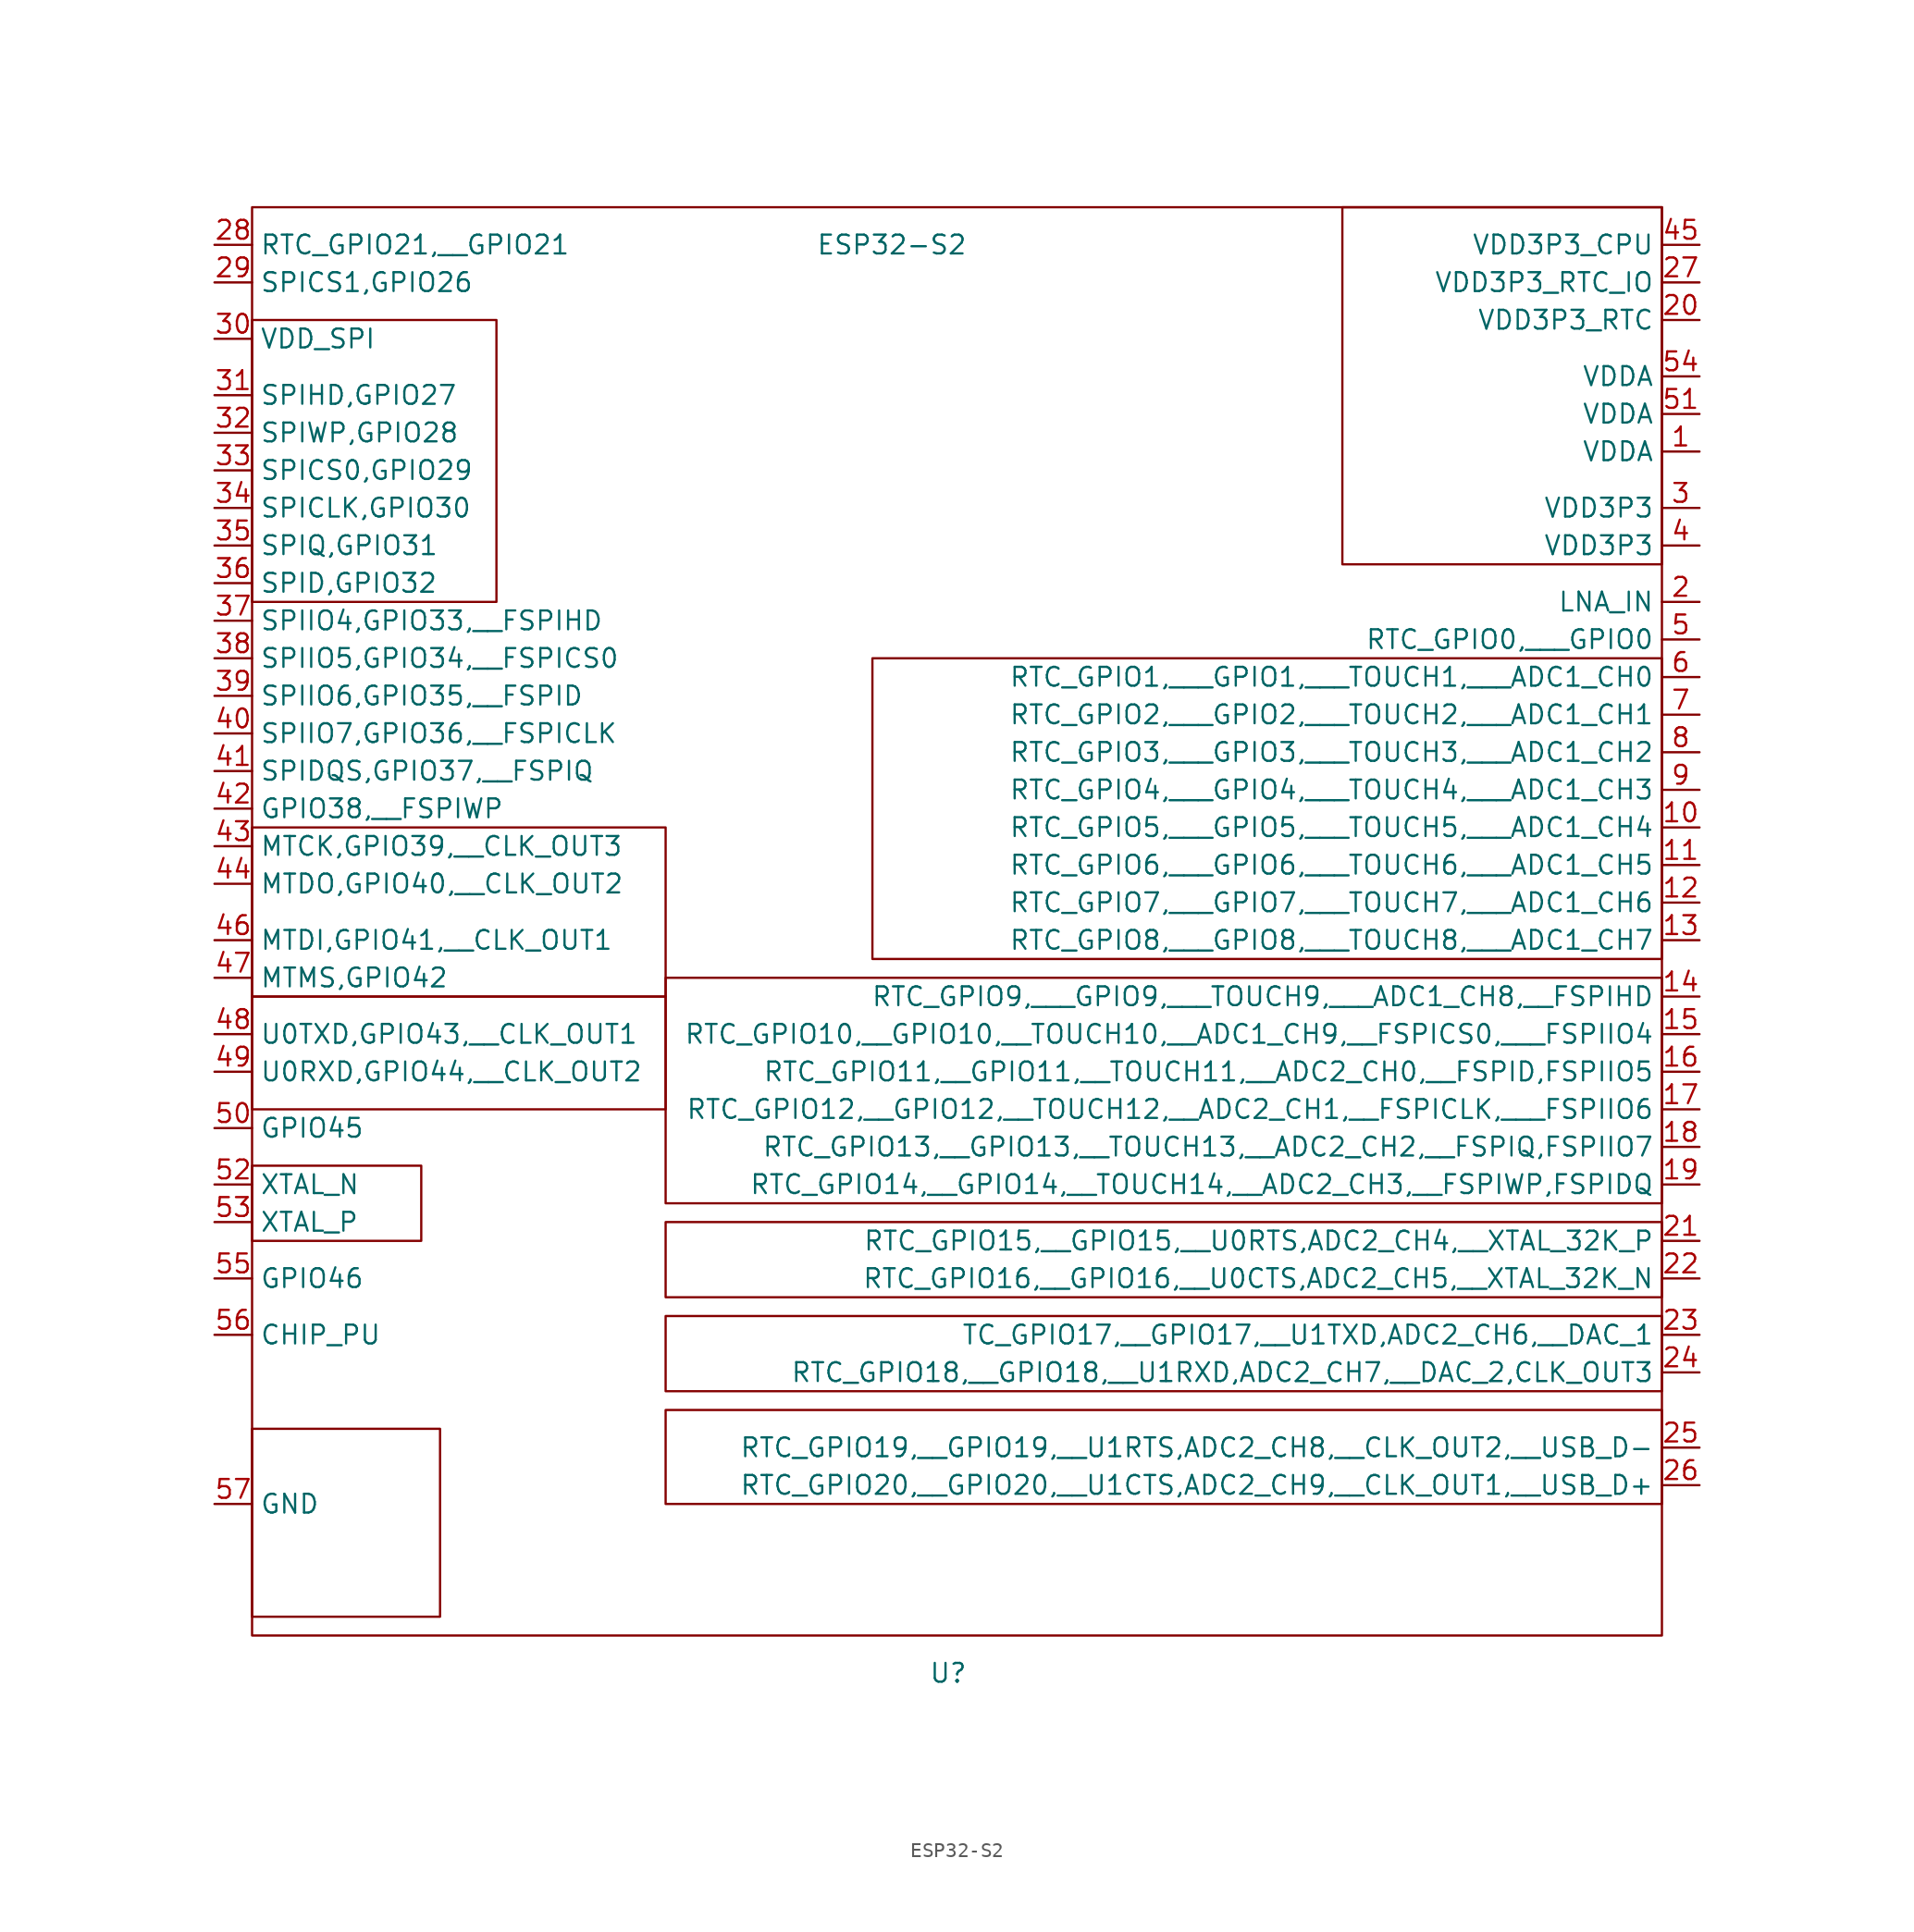
<source format=kicad_sym>
(kicad_symbol_lib
  (version 20210619)
  (generator kicad_symbol_editor)
  (symbol "nicos-parts:ESP32-S2"
    (property "Reference" "U"
      (at -2.54 -58.42 0)
      (effects (font (size 1.27 1.27)) (justify left)))
    (property "Value" "ESP32-S2"
      (at -10.16 38.1 0)
      (effects (font (size 1.27 1.27)) (justify left)))
    (symbol "ESP32-S2_0_0"
      (pin power_in line (at 49.53 24.13 180) (length 2.54) (name "VDDA" (effects (font (size 1.27 1.27)))) (number "1" (effects (font (size 1.27 1.27)))))
      (pin bidirectional line (at 49.53 -1.27 180) (length 2.54) (name "RTC_GPIO5,___GPIO5,___TOUCH5,___ADC1_CH4" (effects (font (size 1.27 1.27)))) (number "10" (effects (font (size 1.27 1.27)))))
      (pin bidirectional line (at 49.53 -3.81 180) (length 2.54) (name "RTC_GPIO6,___GPIO6,___TOUCH6,___ADC1_CH5" (effects (font (size 1.27 1.27)))) (number "11" (effects (font (size 1.27 1.27)))))
      (pin bidirectional line (at 49.53 -6.35 180) (length 2.54) (name "RTC_GPIO7,___GPIO7,___TOUCH7,___ADC1_CH6" (effects (font (size 1.27 1.27)))) (number "12" (effects (font (size 1.27 1.27)))))
      (pin bidirectional line (at 49.53 -8.89 180) (length 2.54) (name "RTC_GPIO8,___GPIO8,___TOUCH8,___ADC1_CH7" (effects (font (size 1.27 1.27)))) (number "13" (effects (font (size 1.27 1.27)))))
      (pin bidirectional line (at 49.53 -12.7 180) (length 2.54) (name "RTC_GPIO9,___GPIO9,___TOUCH9,___ADC1_CH8,__FSPIHD" (effects (font (size 1.27 1.27)))) (number "14" (effects (font (size 1.27 1.27)))))
      (pin bidirectional line (at 49.53 -15.24 180) (length 2.54) (name "RTC_GPIO10,__GPIO10,__TOUCH10,__ADC1_CH9,__FSPICS0,___FSPIIO4" (effects (font (size 1.27 1.27)))) (number "15" (effects (font (size 1.27 1.27)))))
      (pin bidirectional line (at 49.53 -17.78 180) (length 2.54) (name "RTC_GPIO11,__GPIO11,__TOUCH11,__ADC2_CH0,__FSPID,FSPIIO5" (effects (font (size 1.27 1.27)))) (number "16" (effects (font (size 1.27 1.27)))))
      (pin bidirectional line (at 49.53 -20.32 180) (length 2.54) (name "RTC_GPIO12,__GPIO12,__TOUCH12,__ADC2_CH1,__FSPICLK,___FSPIIO6" (effects (font (size 1.27 1.27)))) (number "17" (effects (font (size 1.27 1.27)))))
      (pin bidirectional line (at 49.53 -22.86 180) (length 2.54) (name "RTC_GPIO13,__GPIO13,__TOUCH13,__ADC2_CH2,__FSPIQ,FSPIIO7" (effects (font (size 1.27 1.27)))) (number "18" (effects (font (size 1.27 1.27)))))
      (pin bidirectional line (at 49.53 -25.4 180) (length 2.54) (name "RTC_GPIO14,__GPIO14,__TOUCH14,__ADC2_CH3,__FSPIWP,FSPIDQ" (effects (font (size 1.27 1.27)))) (number "19" (effects (font (size 1.27 1.27)))))
      (pin bidirectional line (at 49.53 13.97 180) (length 2.54) (name "LNA_IN" (effects (font (size 1.27 1.27)))) (number "2" (effects (font (size 1.27 1.27)))))
      (pin power_in line (at 49.53 33.02 180) (length 2.54) (name "VDD3P3_RTC" (effects (font (size 1.27 1.27)))) (number "20" (effects (font (size 1.27 1.27)))))
      (pin bidirectional line (at 49.53 -29.21 180) (length 2.54) (name "RTC_GPIO15,__GPIO15,__U0RTS,ADC2_CH4,__XTAL_32K_P" (effects (font (size 1.27 1.27)))) (number "21" (effects (font (size 1.27 1.27)))))
      (pin bidirectional line (at 49.53 -31.75 180) (length 2.54) (name "RTC_GPIO16,__GPIO16,__U0CTS,ADC2_CH5,__XTAL_32K_N" (effects (font (size 1.27 1.27)))) (number "22" (effects (font (size 1.27 1.27)))))
      (pin bidirectional line (at 49.53 -35.56 180) (length 2.54) (name "TC_GPIO17,__GPIO17,__U1TXD,ADC2_CH6,__DAC_1" (effects (font (size 1.27 1.27)))) (number "23" (effects (font (size 1.27 1.27)))))
      (pin bidirectional line (at 49.53 -38.1 180) (length 2.54) (name "RTC_GPIO18,__GPIO18,__U1RXD,ADC2_CH7,__DAC_2,CLK_OUT3" (effects (font (size 1.27 1.27)))) (number "24" (effects (font (size 1.27 1.27)))))
      (pin bidirectional line (at 49.53 -43.18 180) (length 2.54) (name "RTC_GPIO19,__GPIO19,__U1RTS,ADC2_CH8,__CLK_OUT2,__USB_D-" (effects (font (size 1.27 1.27)))) (number "25" (effects (font (size 1.27 1.27)))))
      (pin bidirectional line (at 49.53 -45.72 180) (length 2.54) (name "RTC_GPIO20,__GPIO20,__U1CTS,ADC2_CH9,__CLK_OUT1,__USB_D+" (effects (font (size 1.27 1.27)))) (number "26" (effects (font (size 1.27 1.27)))))
      (pin power_in line (at 49.53 35.56 180) (length 2.54) (name "VDD3P3_RTC_IO" (effects (font (size 1.27 1.27)))) (number "27" (effects (font (size 1.27 1.27)))))
      (pin bidirectional line (at -50.8 38.1 0) (length 2.54) (name "RTC_GPIO21,__GPIO21" (effects (font (size 1.27 1.27)))) (number "28" (effects (font (size 1.27 1.27)))))
      (pin bidirectional line (at -50.8 35.56 0) (length 2.54) (name "SPICS1,GPIO26" (effects (font (size 1.27 1.27)))) (number "29" (effects (font (size 1.27 1.27)))))
      (pin power_in line (at 49.53 20.32 180) (length 2.54) (name "VDD3P3" (effects (font (size 1.27 1.27)))) (number "3" (effects (font (size 1.27 1.27)))))
      (pin power_out line (at -50.8 31.75 0) (length 2.54) (name "VDD_SPI" (effects (font (size 1.27 1.27)))) (number "30" (effects (font (size 1.27 1.27)))))
      (pin bidirectional line (at -50.8 27.94 0) (length 2.54) (name "SPIHD,GPIO27" (effects (font (size 1.27 1.27)))) (number "31" (effects (font (size 1.27 1.27)))))
      (pin bidirectional line (at -50.8 25.4 0) (length 2.54) (name "SPIWP,GPIO28" (effects (font (size 1.27 1.27)))) (number "32" (effects (font (size 1.27 1.27)))))
      (pin bidirectional line (at -50.8 22.86 0) (length 2.54) (name "SPICS0,GPIO29" (effects (font (size 1.27 1.27)))) (number "33" (effects (font (size 1.27 1.27)))))
      (pin bidirectional line (at -50.8 20.32 0) (length 2.54) (name "SPICLK,GPIO30" (effects (font (size 1.27 1.27)))) (number "34" (effects (font (size 1.27 1.27)))))
      (pin bidirectional line (at -50.8 17.78 0) (length 2.54) (name "SPIQ,GPIO31" (effects (font (size 1.27 1.27)))) (number "35" (effects (font (size 1.27 1.27)))))
      (pin bidirectional line (at -50.8 15.24 0) (length 2.54) (name "SPID,GPIO32" (effects (font (size 1.27 1.27)))) (number "36" (effects (font (size 1.27 1.27)))))
      (pin bidirectional line (at -50.8 12.7 0) (length 2.54) (name "SPIIO4,GPIO33,__FSPIHD" (effects (font (size 1.27 1.27)))) (number "37" (effects (font (size 1.27 1.27)))))
      (pin bidirectional line (at -50.8 10.16 0) (length 2.54) (name "SPIIO5,GPIO34,__FSPICS0" (effects (font (size 1.27 1.27)))) (number "38" (effects (font (size 1.27 1.27)))))
      (pin bidirectional line (at -50.8 7.62 0) (length 2.54) (name "SPIIO6,GPIO35,__FSPID" (effects (font (size 1.27 1.27)))) (number "39" (effects (font (size 1.27 1.27)))))
      (pin power_in line (at 49.53 17.78 180) (length 2.54) (name "VDD3P3" (effects (font (size 1.27 1.27)))) (number "4" (effects (font (size 1.27 1.27)))))
      (pin bidirectional line (at -50.8 5.08 0) (length 2.54) (name "SPIIO7,GPIO36,__FSPICLK" (effects (font (size 1.27 1.27)))) (number "40" (effects (font (size 1.27 1.27)))))
      (pin bidirectional line (at -50.8 2.54 0) (length 2.54) (name "SPIDQS,GPIO37,__FSPIQ" (effects (font (size 1.27 1.27)))) (number "41" (effects (font (size 1.27 1.27)))))
      (pin bidirectional line (at -50.8 0 0) (length 2.54) (name "GPIO38,__FSPIWP" (effects (font (size 1.27 1.27)))) (number "42" (effects (font (size 1.27 1.27)))))
      (pin bidirectional line (at -50.8 -2.54 0) (length 2.54) (name "MTCK,GPIO39,__CLK_OUT3" (effects (font (size 1.27 1.27)))) (number "43" (effects (font (size 1.27 1.27)))))
      (pin bidirectional line (at -50.8 -5.08 0) (length 2.54) (name "MTDO,GPIO40,__CLK_OUT2" (effects (font (size 1.27 1.27)))) (number "44" (effects (font (size 1.27 1.27)))))
      (pin power_in line (at 49.53 38.1 180) (length 2.54) (name "VDD3P3_CPU" (effects (font (size 1.27 1.27)))) (number "45" (effects (font (size 1.27 1.27)))))
      (pin bidirectional line (at -50.8 -8.89 0) (length 2.54) (name "MTDI,GPIO41,__CLK_OUT1" (effects (font (size 1.27 1.27)))) (number "46" (effects (font (size 1.27 1.27)))))
      (pin bidirectional line (at -50.8 -11.43 0) (length 2.54) (name "MTMS,GPIO42" (effects (font (size 1.27 1.27)))) (number "47" (effects (font (size 1.27 1.27)))))
      (pin bidirectional line (at -50.8 -15.24 0) (length 2.54) (name "U0TXD,GPIO43,__CLK_OUT1" (effects (font (size 1.27 1.27)))) (number "48" (effects (font (size 1.27 1.27)))))
      (pin bidirectional line (at -50.8 -17.78 0) (length 2.54) (name "U0RXD,GPIO44,__CLK_OUT2" (effects (font (size 1.27 1.27)))) (number "49" (effects (font (size 1.27 1.27)))))
      (pin bidirectional line (at 49.53 11.43 180) (length 2.54) (name "RTC_GPIO0,___GPIO0" (effects (font (size 1.27 1.27)))) (number "5" (effects (font (size 1.27 1.27)))))
      (pin bidirectional line (at -50.8 -21.59 0) (length 2.54) (name "GPIO45" (effects (font (size 1.27 1.27)))) (number "50" (effects (font (size 1.27 1.27)))))
      (pin power_in line (at 49.53 26.67 180) (length 2.54) (name "VDDA" (effects (font (size 1.27 1.27)))) (number "51" (effects (font (size 1.27 1.27)))))
      (pin bidirectional line (at -50.8 -25.4 0) (length 2.54) (name "XTAL_N" (effects (font (size 1.27 1.27)))) (number "52" (effects (font (size 1.27 1.27)))))
      (pin bidirectional line (at -50.8 -27.94 0) (length 2.54) (name "XTAL_P" (effects (font (size 1.27 1.27)))) (number "53" (effects (font (size 1.27 1.27)))))
      (pin power_in line (at 49.53 29.21 180) (length 2.54) (name "VDDA" (effects (font (size 1.27 1.27)))) (number "54" (effects (font (size 1.27 1.27)))))
      (pin input line (at -50.8 -31.75 0) (length 2.54) (name "GPIO46" (effects (font (size 1.27 1.27)))) (number "55" (effects (font (size 1.27 1.27)))))
      (pin input line (at -50.8 -35.56 0) (length 2.54) (name "CHIP_PU" (effects (font (size 1.27 1.27)))) (number "56" (effects (font (size 1.27 1.27)))))
      (pin power_in line (at -50.8 -46.99 0) (length 2.54) (name "GND" (effects (font (size 1.27 1.27)))) (number "57" (effects (font (size 1.27 1.27)))))
      (pin bidirectional line (at 49.53 8.89 180) (length 2.54) (name "RTC_GPIO1,___GPIO1,___TOUCH1,___ADC1_CH0" (effects (font (size 1.27 1.27)))) (number "6" (effects (font (size 1.27 1.27)))))
      (pin bidirectional line (at 49.53 6.35 180) (length 2.54) (name "RTC_GPIO2,___GPIO2,___TOUCH2,___ADC1_CH1" (effects (font (size 1.27 1.27)))) (number "7" (effects (font (size 1.27 1.27)))))
      (pin bidirectional line (at 49.53 3.81 180) (length 2.54) (name "RTC_GPIO3,___GPIO3,___TOUCH3,___ADC1_CH2" (effects (font (size 1.27 1.27)))) (number "8" (effects (font (size 1.27 1.27)))))
      (pin bidirectional line (at 49.53 1.27 180) (length 2.54) (name "RTC_GPIO4,___GPIO4,___TOUCH4,___ADC1_CH3" (effects (font (size 1.27 1.27)))) (number "9" (effects (font (size 1.27 1.27))))))
    (symbol "ESP32-S2_0_1"
      (rectangle (start -48.26 -41.91) (end -35.56 -54.61) (stroke (width 0)) (fill (type none)))
      (rectangle (start -48.26 -24.13) (end -36.83 -29.21) (stroke (width 0)) (fill (type none)))
      (rectangle (start -48.26 -12.7) (end -20.32 -20.32) (stroke (width 0)) (fill (type none)))
      (rectangle (start -48.26 -1.27) (end -20.32 -12.7) (stroke (width 0)) (fill (type none)))
      (rectangle (start -48.26 33.02) (end -31.75 13.97) (stroke (width 0)) (fill (type none)))
      (rectangle (start -48.26 40.64) (end 46.99 -55.88) (stroke (width 0)) (fill (type none)))
      (rectangle (start 46.99 -46.99) (end -20.32 -40.64) (stroke (width 0)) (fill (type none)))
      (rectangle (start 46.99 -39.37) (end -20.32 -34.29) (stroke (width 0)) (fill (type none)))
      (rectangle (start 46.99 -33.02) (end -20.32 -27.94) (stroke (width 0)) (fill (type none)))
      (rectangle (start 46.99 -26.67) (end -20.32 -11.43) (stroke (width 0)) (fill (type none)))
      (rectangle (start 46.99 -10.16) (end -6.35 10.16) (stroke (width 0)) (fill (type none)))
      (rectangle (start 46.99 16.51) (end 25.4 40.64) (stroke (width 0)) (fill (type none))))))
</source>
